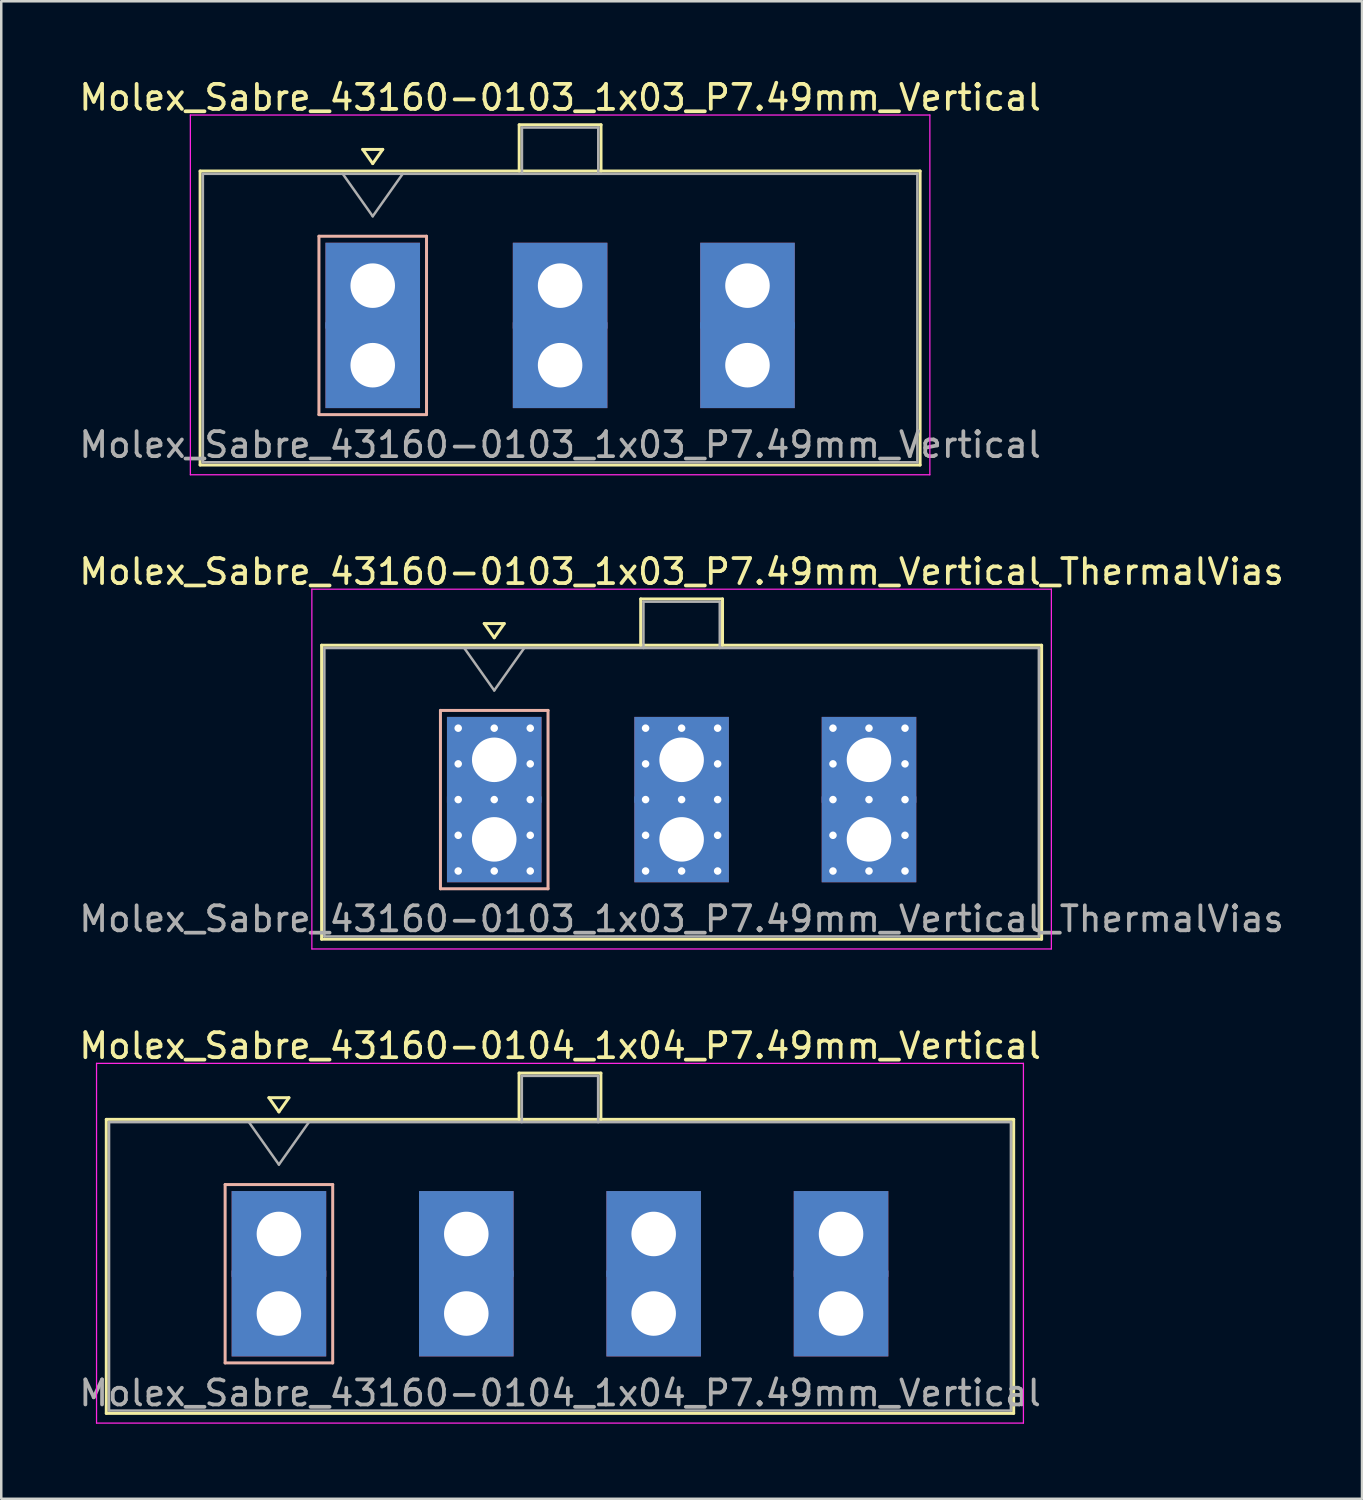
<source format=kicad_pcb>
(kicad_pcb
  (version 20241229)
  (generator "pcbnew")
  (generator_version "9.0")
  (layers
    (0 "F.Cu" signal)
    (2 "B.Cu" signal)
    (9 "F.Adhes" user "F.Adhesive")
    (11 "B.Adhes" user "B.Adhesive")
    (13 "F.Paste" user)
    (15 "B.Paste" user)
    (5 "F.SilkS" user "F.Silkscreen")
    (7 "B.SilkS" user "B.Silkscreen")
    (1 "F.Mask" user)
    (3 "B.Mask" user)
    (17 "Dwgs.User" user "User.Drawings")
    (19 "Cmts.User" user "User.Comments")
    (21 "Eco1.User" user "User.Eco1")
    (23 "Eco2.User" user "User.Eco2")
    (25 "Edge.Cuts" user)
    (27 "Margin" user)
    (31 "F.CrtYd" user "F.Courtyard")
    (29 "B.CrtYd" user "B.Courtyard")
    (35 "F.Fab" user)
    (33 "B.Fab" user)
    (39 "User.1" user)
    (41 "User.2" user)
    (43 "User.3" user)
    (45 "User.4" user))
  (footprint "Molex_Sabre_43160-0104_1x04_P7.49mm_Vertical"
    (layer "F.Cu")
    (at 8.099 49.455)
    (property "Reference" "Molex_Sabre_43160-0104_1x04_P7.49mm_Vertical" (at 11.24 -10.7 0) (layer "F.SilkS") (effects (font (size 1 1) (thickness 0.15))))
    (attr through_hole)
    (fp_line (start -6.9 -7.76) (end -6.9 3.99) (stroke (width 0.12) (type solid)) (layer "F.SilkS"))
    (fp_line (start -6.9 3.99) (end 29.37 3.99) (stroke (width 0.12) (type solid)) (layer "F.SilkS"))
    (fp_line (start -0.4 -8.626) (end 0 -8.06) (stroke (width 0.12) (type solid)) (layer "F.SilkS"))
    (fp_line (start 0 -8.06) (end 0.4 -8.626) (stroke (width 0.12) (type solid)) (layer "F.SilkS"))
    (fp_line (start 0.4 -8.626) (end -0.4 -8.626) (stroke (width 0.12) (type solid)) (layer "F.SilkS"))
    (fp_line (start 9.6 -9.61) (end 12.87 -9.61) (stroke (width 0.12) (type solid)) (layer "F.SilkS"))
    (fp_line (start 9.6 -7.76) (end 9.6 -9.61) (stroke (width 0.12) (type solid)) (layer "F.SilkS"))
    (fp_line (start 12.87 -9.61) (end 12.87 -7.76) (stroke (width 0.12) (type solid)) (layer "F.SilkS"))
    (fp_line (start 29.37 -7.76) (end -6.9 -7.76) (stroke (width 0.12) (type solid)) (layer "F.SilkS"))
    (fp_line (start 29.37 3.99) (end 29.37 -7.76) (stroke (width 0.12) (type solid)) (layer "F.SilkS"))
    (fp_line (start -2.15 -5.155) (end -2.15 1.975) (stroke (width 0.12) (type solid)) (layer "B.SilkS"))
    (fp_line (start -2.15 1.975) (end 2.15 1.975) (stroke (width 0.12) (type solid)) (layer "B.SilkS"))
    (fp_line (start 2.15 -5.155) (end -2.15 -5.155) (stroke (width 0.12) (type solid)) (layer "B.SilkS"))
    (fp_line (start 2.15 1.975) (end 2.15 -5.155) (stroke (width 0.12) (type solid)) (layer "B.SilkS"))
    (fp_line (start -7.29 -10) (end -7.29 4.38) (stroke (width 0.05) (type solid)) (layer "F.CrtYd"))
    (fp_line (start -7.29 4.38) (end 29.76 4.38) (stroke (width 0.05) (type solid)) (layer "F.CrtYd"))
    (fp_line (start 29.76 -10) (end -7.29 -10) (stroke (width 0.05) (type solid)) (layer "F.CrtYd"))
    (fp_line (start 29.76 4.38) (end 29.76 -10) (stroke (width 0.05) (type solid)) (layer "F.CrtYd"))
    (fp_line (start -6.79 -7.65) (end -6.79 3.88) (stroke (width 0.1) (type solid)) (layer "F.Fab"))
    (fp_line (start -6.79 3.88) (end 29.26 3.88) (stroke (width 0.1) (type solid)) (layer "F.Fab"))
    (fp_line (start -1.2 -7.65) (end 0 -5.953) (stroke (width 0.1) (type solid)) (layer "F.Fab"))
    (fp_line (start 0 -5.953) (end 1.2 -7.65) (stroke (width 0.1) (type solid)) (layer "F.Fab"))
    (fp_line (start 9.71 -9.5) (end 12.76 -9.5) (stroke (width 0.1) (type solid)) (layer "F.Fab"))
    (fp_line (start 9.71 -7.65) (end 9.71 -9.5) (stroke (width 0.1) (type solid)) (layer "F.Fab"))
    (fp_line (start 12.76 -9.5) (end 12.76 -7.65) (stroke (width 0.1) (type solid)) (layer "F.Fab"))
    (fp_line (start 29.26 -7.65) (end -6.79 -7.65) (stroke (width 0.1) (type solid)) (layer "F.Fab"))
    (fp_line (start 29.26 3.88) (end 29.26 -7.65) (stroke (width 0.1) (type solid)) (layer "F.Fab"))
    (fp_text user "${REFERENCE}" (at 11.24 3.18 0) (layer "F.Fab") (effects (font (size 1 1) (thickness 0.15))))
    (pad "1" thru_hole rect (at 0 -3.18) (size 3.78 3.43) (drill 1.78) (layers "*.Cu" "*.Mask"))
    (pad "1" thru_hole rect (at 0 0) (size 3.78 3.43) (drill 1.78) (layers "*.Cu" "*.Mask"))
    (pad "2" thru_hole rect (at 7.49 -3.18) (size 3.78 3.43) (drill 1.78) (layers "*.Cu" "*.Mask"))
    (pad "2" thru_hole rect (at 7.49 0) (size 3.78 3.43) (drill 1.78) (layers "*.Cu" "*.Mask"))
    (pad "3" thru_hole rect (at 14.98 -3.18) (size 3.78 3.43) (drill 1.78) (layers "*.Cu" "*.Mask"))
    (pad "3" thru_hole rect (at 14.98 0) (size 3.78 3.43) (drill 1.78) (layers "*.Cu" "*.Mask"))
    (pad "4" thru_hole rect (at 22.47 -3.18) (size 3.78 3.43) (drill 1.78) (layers "*.Cu" "*.Mask"))
    (pad "4" thru_hole rect (at 22.47 0) (size 3.78 3.43) (drill 1.78) (layers "*.Cu" "*.Mask")))
  (footprint "Molex_Sabre_43160-0103_1x03_P7.49mm_Vertical"
    (layer "F.Cu")
    (at 11.849 11.548)
    (property "Reference" "Molex_Sabre_43160-0103_1x03_P7.49mm_Vertical" (at 7.49 -10.7 0) (layer "F.SilkS") (effects (font (size 1 1) (thickness 0.15))))
    (attr through_hole)
    (fp_line (start -6.9 -7.76) (end -6.9 3.99) (stroke (width 0.12) (type solid)) (layer "F.SilkS"))
    (fp_line (start -6.9 3.99) (end 21.88 3.99) (stroke (width 0.12) (type solid)) (layer "F.SilkS"))
    (fp_line (start -0.4 -8.626) (end 0 -8.06) (stroke (width 0.12) (type solid)) (layer "F.SilkS"))
    (fp_line (start 0 -8.06) (end 0.4 -8.626) (stroke (width 0.12) (type solid)) (layer "F.SilkS"))
    (fp_line (start 0.4 -8.626) (end -0.4 -8.626) (stroke (width 0.12) (type solid)) (layer "F.SilkS"))
    (fp_line (start 5.855 -9.61) (end 9.125 -9.61) (stroke (width 0.12) (type solid)) (layer "F.SilkS"))
    (fp_line (start 5.855 -7.76) (end 5.855 -9.61) (stroke (width 0.12) (type solid)) (layer "F.SilkS"))
    (fp_line (start 9.125 -9.61) (end 9.125 -7.76) (stroke (width 0.12) (type solid)) (layer "F.SilkS"))
    (fp_line (start 21.88 -7.76) (end -6.9 -7.76) (stroke (width 0.12) (type solid)) (layer "F.SilkS"))
    (fp_line (start 21.88 3.99) (end 21.88 -7.76) (stroke (width 0.12) (type solid)) (layer "F.SilkS"))
    (fp_line (start -2.15 -5.155) (end -2.15 1.975) (stroke (width 0.12) (type solid)) (layer "B.SilkS"))
    (fp_line (start -2.15 1.975) (end 2.15 1.975) (stroke (width 0.12) (type solid)) (layer "B.SilkS"))
    (fp_line (start 2.15 -5.155) (end -2.15 -5.155) (stroke (width 0.12) (type solid)) (layer "B.SilkS"))
    (fp_line (start 2.15 1.975) (end 2.15 -5.155) (stroke (width 0.12) (type solid)) (layer "B.SilkS"))
    (fp_line (start -7.29 -10) (end -7.29 4.38) (stroke (width 0.05) (type solid)) (layer "F.CrtYd"))
    (fp_line (start -7.29 4.38) (end 22.27 4.38) (stroke (width 0.05) (type solid)) (layer "F.CrtYd"))
    (fp_line (start 22.27 -10) (end -7.29 -10) (stroke (width 0.05) (type solid)) (layer "F.CrtYd"))
    (fp_line (start 22.27 4.38) (end 22.27 -10) (stroke (width 0.05) (type solid)) (layer "F.CrtYd"))
    (fp_line (start -6.79 -7.65) (end -6.79 3.88) (stroke (width 0.1) (type solid)) (layer "F.Fab"))
    (fp_line (start -6.79 3.88) (end 21.77 3.88) (stroke (width 0.1) (type solid)) (layer "F.Fab"))
    (fp_line (start -1.2 -7.65) (end 0 -5.953) (stroke (width 0.1) (type solid)) (layer "F.Fab"))
    (fp_line (start 0 -5.953) (end 1.2 -7.65) (stroke (width 0.1) (type solid)) (layer "F.Fab"))
    (fp_line (start 5.965 -9.5) (end 9.015 -9.5) (stroke (width 0.1) (type solid)) (layer "F.Fab"))
    (fp_line (start 5.965 -7.65) (end 5.965 -9.5) (stroke (width 0.1) (type solid)) (layer "F.Fab"))
    (fp_line (start 9.015 -9.5) (end 9.015 -7.65) (stroke (width 0.1) (type solid)) (layer "F.Fab"))
    (fp_line (start 21.77 -7.65) (end -6.79 -7.65) (stroke (width 0.1) (type solid)) (layer "F.Fab"))
    (fp_line (start 21.77 3.88) (end 21.77 -7.65) (stroke (width 0.1) (type solid)) (layer "F.Fab"))
    (fp_text user "${REFERENCE}" (at 7.49 3.18 0) (layer "F.Fab") (effects (font (size 1 1) (thickness 0.15))))
    (pad "1" thru_hole rect (at 0 -3.18) (size 3.78 3.43) (drill 1.78) (layers "*.Cu" "*.Mask"))
    (pad "1" thru_hole rect (at 0 0) (size 3.78 3.43) (drill 1.78) (layers "*.Cu" "*.Mask"))
    (pad "2" thru_hole rect (at 7.49 -3.18) (size 3.78 3.43) (drill 1.78) (layers "*.Cu" "*.Mask"))
    (pad "2" thru_hole rect (at 7.49 0) (size 3.78 3.43) (drill 1.78) (layers "*.Cu" "*.Mask"))
    (pad "3" thru_hole rect (at 14.98 -3.18) (size 3.78 3.43) (drill 1.78) (layers "*.Cu" "*.Mask"))
    (pad "3" thru_hole rect (at 14.98 0) (size 3.78 3.43) (drill 1.78) (layers "*.Cu" "*.Mask")))
  (footprint "Molex_Sabre_43160-0103_1x03_P7.49mm_Vertical_ThermalVias"
    (layer "F.Cu")
    (at 16.706 30.502)
    (property "Reference" "Molex_Sabre_43160-0103_1x03_P7.49mm_Vertical_ThermalVias" (at 7.49 -10.7 0) (layer "F.SilkS") (effects (font (size 1 1) (thickness 0.15))))
    (attr through_hole)
    (fp_line (start -6.9 -7.76) (end -6.9 3.99) (stroke (width 0.12) (type solid)) (layer "F.SilkS"))
    (fp_line (start -6.9 3.99) (end 21.88 3.99) (stroke (width 0.12) (type solid)) (layer "F.SilkS"))
    (fp_line (start -0.4 -8.626) (end 0 -8.06) (stroke (width 0.12) (type solid)) (layer "F.SilkS"))
    (fp_line (start 0 -8.06) (end 0.4 -8.626) (stroke (width 0.12) (type solid)) (layer "F.SilkS"))
    (fp_line (start 0.4 -8.626) (end -0.4 -8.626) (stroke (width 0.12) (type solid)) (layer "F.SilkS"))
    (fp_line (start 5.855 -9.61) (end 9.125 -9.61) (stroke (width 0.12) (type solid)) (layer "F.SilkS"))
    (fp_line (start 5.855 -7.76) (end 5.855 -9.61) (stroke (width 0.12) (type solid)) (layer "F.SilkS"))
    (fp_line (start 9.125 -9.61) (end 9.125 -7.76) (stroke (width 0.12) (type solid)) (layer "F.SilkS"))
    (fp_line (start 21.88 -7.76) (end -6.9 -7.76) (stroke (width 0.12) (type solid)) (layer "F.SilkS"))
    (fp_line (start 21.88 3.99) (end 21.88 -7.76) (stroke (width 0.12) (type solid)) (layer "F.SilkS"))
    (fp_line (start -2.15 -5.155) (end -2.15 1.975) (stroke (width 0.12) (type solid)) (layer "B.SilkS"))
    (fp_line (start -2.15 1.975) (end 2.15 1.975) (stroke (width 0.12) (type solid)) (layer "B.SilkS"))
    (fp_line (start 2.15 -5.155) (end -2.15 -5.155) (stroke (width 0.12) (type solid)) (layer "B.SilkS"))
    (fp_line (start 2.15 1.975) (end 2.15 -5.155) (stroke (width 0.12) (type solid)) (layer "B.SilkS"))
    (fp_line (start -7.29 -10) (end -7.29 4.38) (stroke (width 0.05) (type solid)) (layer "F.CrtYd"))
    (fp_line (start -7.29 4.38) (end 22.27 4.38) (stroke (width 0.05) (type solid)) (layer "F.CrtYd"))
    (fp_line (start 22.27 -10) (end -7.29 -10) (stroke (width 0.05) (type solid)) (layer "F.CrtYd"))
    (fp_line (start 22.27 4.38) (end 22.27 -10) (stroke (width 0.05) (type solid)) (layer "F.CrtYd"))
    (fp_line (start -6.79 -7.65) (end -6.79 3.88) (stroke (width 0.1) (type solid)) (layer "F.Fab"))
    (fp_line (start -6.79 3.88) (end 21.77 3.88) (stroke (width 0.1) (type solid)) (layer "F.Fab"))
    (fp_line (start -1.2 -7.65) (end 0 -5.953) (stroke (width 0.1) (type solid)) (layer "F.Fab"))
    (fp_line (start 0 -5.953) (end 1.2 -7.65) (stroke (width 0.1) (type solid)) (layer "F.Fab"))
    (fp_line (start 5.965 -9.5) (end 9.015 -9.5) (stroke (width 0.1) (type solid)) (layer "F.Fab"))
    (fp_line (start 5.965 -7.65) (end 5.965 -9.5) (stroke (width 0.1) (type solid)) (layer "F.Fab"))
    (fp_line (start 9.015 -9.5) (end 9.015 -7.65) (stroke (width 0.1) (type solid)) (layer "F.Fab"))
    (fp_line (start 21.77 -7.65) (end -6.79 -7.65) (stroke (width 0.1) (type solid)) (layer "F.Fab"))
    (fp_line (start 21.77 3.88) (end 21.77 -7.65) (stroke (width 0.1) (type solid)) (layer "F.Fab"))
    (fp_text user "${REFERENCE}" (at 7.49 3.18 0) (layer "F.Fab") (effects (font (size 1 1) (thickness 0.15))))
    (pad "1" thru_hole rect (at -1.44 -4.445) (size 0.6 0.6) (drill 0.3) (layers "*.Cu" "*.Mask"))
    (pad "1" thru_hole rect (at -1.44 -3.018) (size 0.6 0.6) (drill 0.3) (layers "*.Cu" "*.Mask"))
    (pad "1" thru_hole rect (at -1.44 -1.59) (size 0.6 0.6) (drill 0.3) (layers "*.Cu" "*.Mask"))
    (pad "1" thru_hole rect (at -1.44 -0.163) (size 0.6 0.6) (drill 0.3) (layers "*.Cu" "*.Mask"))
    (pad "1" thru_hole rect (at -1.44 1.265) (size 0.6 0.6) (drill 0.3) (layers "*.Cu" "*.Mask"))
    (pad "1" thru_hole rect (at 0 -4.445) (size 0.6 0.6) (drill 0.3) (layers "*.Cu" "*.Mask"))
    (pad "1" thru_hole rect (at 0 -3.18) (size 3.78 3.43) (drill 1.78) (layers "*.Cu" "*.Mask"))
    (pad "1" thru_hole rect (at 0 -1.59) (size 0.6 0.6) (drill 0.3) (layers "*.Cu" "*.Mask"))
    (pad "1" thru_hole rect (at 0 0) (size 3.78 3.43) (drill 1.78) (layers "*.Cu" "*.Mask"))
    (pad "1" thru_hole rect (at 0 1.265) (size 0.6 0.6) (drill 0.3) (layers "*.Cu" "*.Mask"))
    (pad "1" thru_hole rect (at 1.44 -4.445) (size 0.6 0.6) (drill 0.3) (layers "*.Cu" "*.Mask"))
    (pad "1" thru_hole rect (at 1.44 -3.018) (size 0.6 0.6) (drill 0.3) (layers "*.Cu" "*.Mask"))
    (pad "1" thru_hole rect (at 1.44 -1.59) (size 0.6 0.6) (drill 0.3) (layers "*.Cu" "*.Mask"))
    (pad "1" thru_hole rect (at 1.44 -0.163) (size 0.6 0.6) (drill 0.3) (layers "*.Cu" "*.Mask"))
    (pad "1" thru_hole rect (at 1.44 1.265) (size 0.6 0.6) (drill 0.3) (layers "*.Cu" "*.Mask"))
    (pad "2" thru_hole circle (at 6.05 -4.445) (size 0.6 0.6) (drill 0.3) (layers "*.Cu" "*.Mask"))
    (pad "2" thru_hole circle (at 6.05 -3.018) (size 0.6 0.6) (drill 0.3) (layers "*.Cu" "*.Mask"))
    (pad "2" thru_hole circle (at 6.05 -1.59) (size 0.6 0.6) (drill 0.3) (layers "*.Cu" "*.Mask"))
    (pad "2" thru_hole circle (at 6.05 -0.163) (size 0.6 0.6) (drill 0.3) (layers "*.Cu" "*.Mask"))
    (pad "2" thru_hole circle (at 6.05 1.265) (size 0.6 0.6) (drill 0.3) (layers "*.Cu" "*.Mask"))
    (pad "2" thru_hole circle (at 7.49 -4.445) (size 0.6 0.6) (drill 0.3) (layers "*.Cu" "*.Mask"))
    (pad "2" thru_hole rect (at 7.49 -3.18) (size 3.78 3.43) (drill 1.78) (layers "*.Cu" "*.Mask"))
    (pad "2" thru_hole circle (at 7.49 -1.59) (size 0.6 0.6) (drill 0.3) (layers "*.Cu" "*.Mask"))
    (pad "2" thru_hole rect (at 7.49 0) (size 3.78 3.43) (drill 1.78) (layers "*.Cu" "*.Mask"))
    (pad "2" thru_hole circle (at 7.49 1.265) (size 0.6 0.6) (drill 0.3) (layers "*.Cu" "*.Mask"))
    (pad "2" thru_hole circle (at 8.93 -4.445) (size 0.6 0.6) (drill 0.3) (layers "*.Cu" "*.Mask"))
    (pad "2" thru_hole circle (at 8.93 -3.018) (size 0.6 0.6) (drill 0.3) (layers "*.Cu" "*.Mask"))
    (pad "2" thru_hole circle (at 8.93 -1.59) (size 0.6 0.6) (drill 0.3) (layers "*.Cu" "*.Mask"))
    (pad "2" thru_hole circle (at 8.93 -0.163) (size 0.6 0.6) (drill 0.3) (layers "*.Cu" "*.Mask"))
    (pad "2" thru_hole circle (at 8.93 1.265) (size 0.6 0.6) (drill 0.3) (layers "*.Cu" "*.Mask"))
    (pad "3" thru_hole circle (at 13.54 -4.445) (size 0.6 0.6) (drill 0.3) (layers "*.Cu" "*.Mask"))
    (pad "3" thru_hole circle (at 13.54 -3.018) (size 0.6 0.6) (drill 0.3) (layers "*.Cu" "*.Mask"))
    (pad "3" thru_hole circle (at 13.54 -1.59) (size 0.6 0.6) (drill 0.3) (layers "*.Cu" "*.Mask"))
    (pad "3" thru_hole circle (at 13.54 -0.163) (size 0.6 0.6) (drill 0.3) (layers "*.Cu" "*.Mask"))
    (pad "3" thru_hole circle (at 13.54 1.265) (size 0.6 0.6) (drill 0.3) (layers "*.Cu" "*.Mask"))
    (pad "3" thru_hole circle (at 14.98 -4.445) (size 0.6 0.6) (drill 0.3) (layers "*.Cu" "*.Mask"))
    (pad "3" thru_hole rect (at 14.98 -3.18) (size 3.78 3.43) (drill 1.78) (layers "*.Cu" "*.Mask"))
    (pad "3" thru_hole circle (at 14.98 -1.59) (size 0.6 0.6) (drill 0.3) (layers "*.Cu" "*.Mask"))
    (pad "3" thru_hole rect (at 14.98 0) (size 3.78 3.43) (drill 1.78) (layers "*.Cu" "*.Mask"))
    (pad "3" thru_hole circle (at 14.98 1.265) (size 0.6 0.6) (drill 0.3) (layers "*.Cu" "*.Mask"))
    (pad "3" thru_hole circle (at 16.42 -4.445) (size 0.6 0.6) (drill 0.3) (layers "*.Cu" "*.Mask"))
    (pad "3" thru_hole circle (at 16.42 -3.018) (size 0.6 0.6) (drill 0.3) (layers "*.Cu" "*.Mask"))
    (pad "3" thru_hole circle (at 16.42 -1.59) (size 0.6 0.6) (drill 0.3) (layers "*.Cu" "*.Mask"))
    (pad "3" thru_hole circle (at 16.42 -0.163) (size 0.6 0.6) (drill 0.3) (layers "*.Cu" "*.Mask"))
    (pad "3" thru_hole circle (at 16.42 1.265) (size 0.6 0.6) (drill 0.3) (layers "*.Cu" "*.Mask")))
  (gr_rect
    (start -3 -3)
    (end 51.393 56.86)
    (stroke (width 0.1) (type default))
    (fill no)
    (layer "Edge.Cuts")))
</source>
